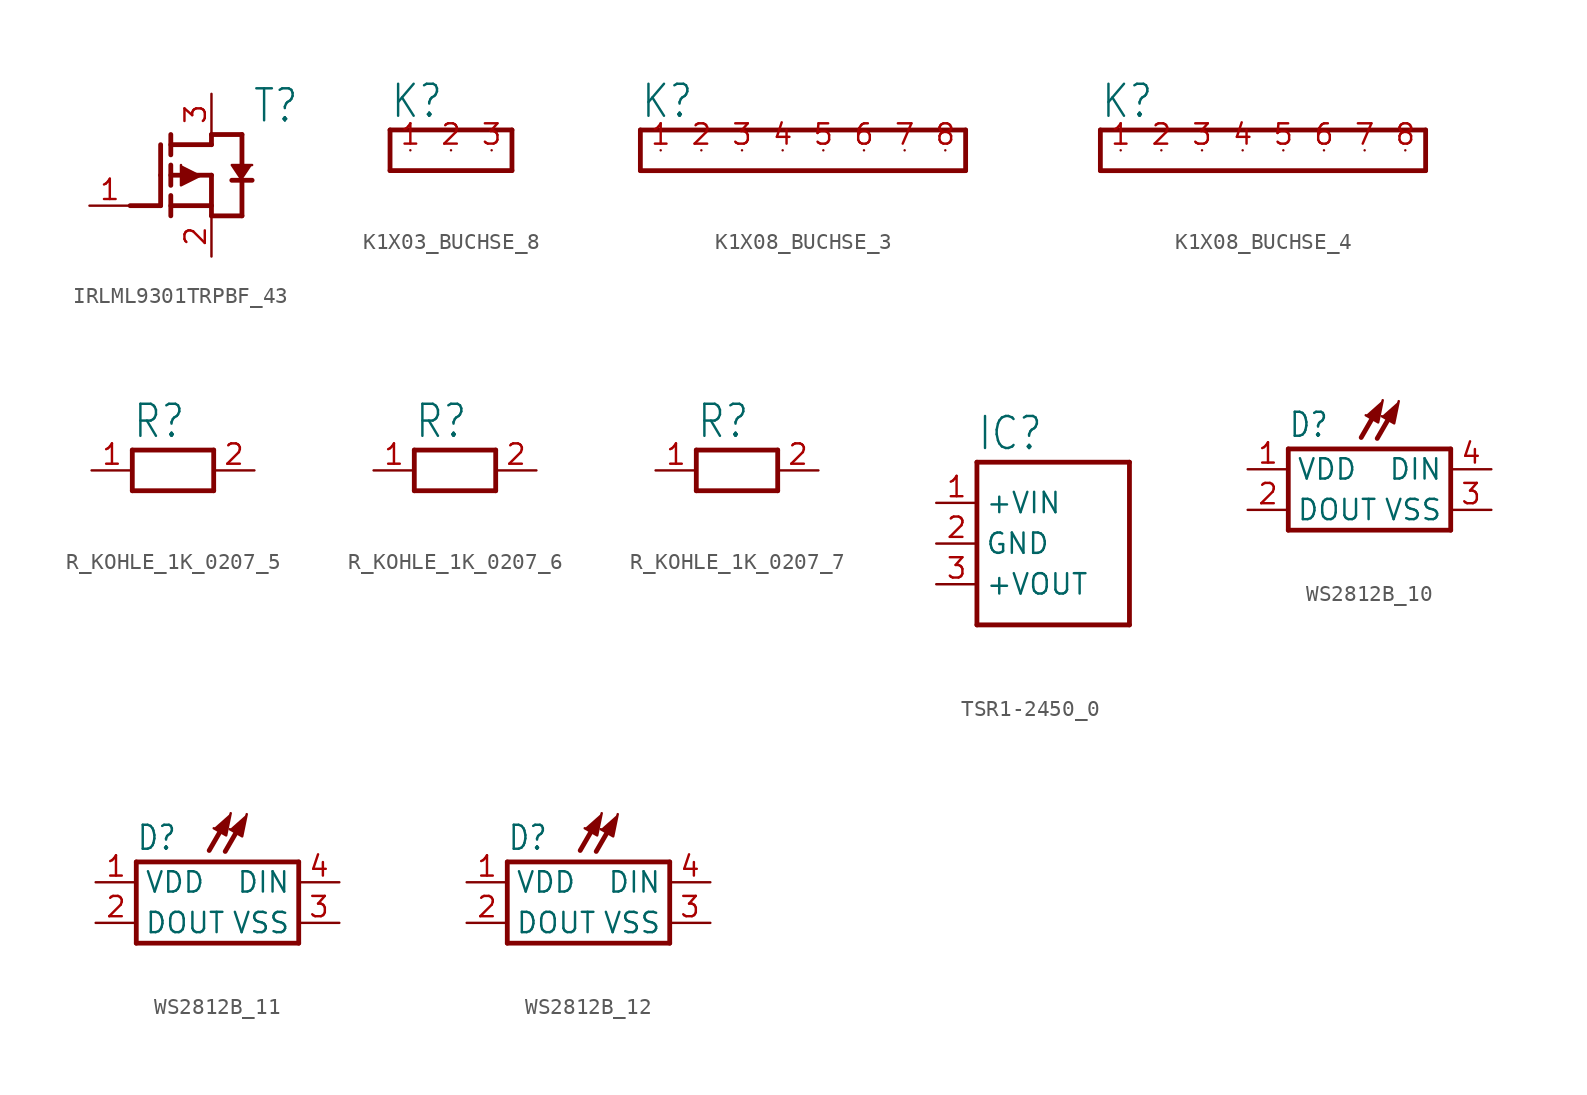
<source format=kicad_sym>
(kicad_symbol_lib
  (version 20220914)
  (generator kicad_symbol_editor)
  (symbol "IRLML9301TRPBF_43"
    (property "Reference" "T"
      (at 5.08 3.175 0)
      (effects (font (size 2 1.7)) (justify left bottom)))
    (property "Value" ""
      (at 5.08 -3.81 0)
      (effects (font (size 2 1.7)) (justify left bottom)))
    (property "ki_locked" ""
      (at 0 0 0)
      (effects (font (size 1.27 1.27))))
    (symbol "IRLML9301TRPBF_43_1_0"
      (polyline (pts (xy -2.54 -1.905) (xy -0.635 -1.905)) (stroke (width 0.3) (type solid)) (fill (type none)))
      (polyline (pts (xy -0.635 -1.905) (xy -0.635 0)) (stroke (width 0.3) (type solid)) (fill (type none)))
      (polyline (pts (xy -0.635 0) (xy -0.635 1.905)) (stroke (width 0.3) (type solid)) (fill (type none)))
      (polyline (pts (xy 0 -1.905) (xy 2.54 -1.905)) (stroke (width 0.3) (type solid)) (fill (type none)))
      (polyline (pts (xy 0 -1.27) (xy 0 -2.54)) (stroke (width 0.3) (type solid)) (fill (type none)))
      (polyline (pts (xy 0 0) (xy 2.54 0)) (stroke (width 0.3) (type solid)) (fill (type none)))
      (polyline (pts (xy 0 0.635) (xy 0 -0.635)) (stroke (width 0.3) (type solid)) (fill (type none)))
      (polyline (pts (xy 0 1.905) (xy 2.54 1.905)) (stroke (width 0.3) (type solid)) (fill (type none)))
      (polyline (pts (xy 0 2.54) (xy 0 1.27)) (stroke (width 0.3) (type solid)) (fill (type none)))
      (polyline (pts (xy 2.54 -2.54) (xy 4.445 -2.54)) (stroke (width 0.3) (type solid)) (fill (type none)))
      (polyline (pts (xy 2.54 0) (xy 2.54 -2.54)) (stroke (width 0.3) (type solid)) (fill (type none)))
      (polyline (pts (xy 2.54 1.905) (xy 2.54 2.54)) (stroke (width 0.3) (type solid)) (fill (type none)))
      (polyline (pts (xy 2.54 2.54) (xy 4.445 2.54)) (stroke (width 0.3) (type solid)) (fill (type none)))
      (polyline (pts (xy 3.81 -0.318) (xy 5.08 -0.318)) (stroke (width 0.3) (type solid)) (fill (type none)))
      (polyline (pts (xy 4.445 -2.54) (xy 4.445 -0.318)) (stroke (width 0.3) (type solid)) (fill (type none)))
      (polyline (pts (xy 4.445 2.54) (xy 4.445 0.318)) (stroke (width 0.3) (type solid)) (fill (type none)))
      (polyline (pts (xy 0.635 0.635) (xy 0.635 -0.635) (xy 1.905 0)) (stroke (width 0) (type solid)) (fill (type outline)))
      (polyline (pts (xy 5.08 0.635) (xy 3.81 0.635) (xy 4.445 -0.318)) (stroke (width 0) (type solid)) (fill (type outline)))
      (pin passive line (at -5.08 -1.905 0) (length 2.54) (name "1" (effects (font (size 0 0)))) (number "1" (effects (font (size 1.27 1.27)))))
      (pin passive line (at 2.54 -5.08 90) (length 2.54) (name "2" (effects (font (size 0 0)))) (number "2" (effects (font (size 1.27 1.27)))))
      (pin passive line (at 2.54 5.08 270) (length 2.54) (name "3" (effects (font (size 0 0)))) (number "3" (effects (font (size 1.27 1.27)))))))
  (symbol "K1X03_BUCHSE_8"
    (property "Reference" "K"
      (at -3.81 1.905 0)
      (effects (font (size 2 1.7)) (justify left bottom)))
    (property "Value" ""
      (at -3.81 -3.81 0)
      (effects (font (size 2 1.7)) (justify left bottom)))
    (property "ki_locked" ""
      (at 0 0 0)
      (effects (font (size 1.27 1.27))))
    (symbol "K1X03_BUCHSE_8_1_0"
      (polyline (pts (xy -3.81 1.27) (xy -3.81 -1.27)) (stroke (width 0.3) (type solid)) (fill (type none)))
      (polyline (pts (xy -3.81 1.27) (xy 3.81 1.27)) (stroke (width 0.3) (type solid)) (fill (type none)))
      (polyline (pts (xy 3.81 -1.27) (xy -3.81 -1.27)) (stroke (width 0.3) (type solid)) (fill (type none)))
      (polyline (pts (xy 3.81 -1.27) (xy 3.81 1.27)) (stroke (width 0.3) (type solid)) (fill (type none)))
      (pin passive line (at -2.54 0 0) (length 0) (name "1" (effects (font (size 0 0)))) (number "1" (effects (font (size 1.27 1.27)))))
      (pin passive line (at 0 0 0) (length 0) (name "2" (effects (font (size 0 0)))) (number "2" (effects (font (size 1.27 1.27)))))
      (pin passive line (at 2.54 0 0) (length 0) (name "3" (effects (font (size 0 0)))) (number "3" (effects (font (size 1.27 1.27)))))))
  (symbol "K1X08_BUCHSE_3"
    (property "Reference" "K"
      (at -10.16 1.905 0)
      (effects (font (size 2 1.7)) (justify left bottom)))
    (property "Value" ""
      (at -10.16 -3.81 0)
      (effects (font (size 2 1.7)) (justify left bottom)))
    (property "ki_locked" ""
      (at 0 0 0)
      (effects (font (size 1.27 1.27))))
    (symbol "K1X08_BUCHSE_3_1_0"
      (polyline (pts (xy -10.16 1.27) (xy -10.16 -1.27)) (stroke (width 0.3) (type solid)) (fill (type none)))
      (polyline (pts (xy -10.16 1.27) (xy 10.16 1.27)) (stroke (width 0.3) (type solid)) (fill (type none)))
      (polyline (pts (xy 10.16 -1.27) (xy -10.16 -1.27)) (stroke (width 0.3) (type solid)) (fill (type none)))
      (polyline (pts (xy 10.16 -1.27) (xy 10.16 1.27)) (stroke (width 0.3) (type solid)) (fill (type none)))
      (pin passive line (at -8.89 0 0) (length 0) (name "1" (effects (font (size 0 0)))) (number "1" (effects (font (size 1.27 1.27)))))
      (pin passive line (at -6.35 0 0) (length 0) (name "2" (effects (font (size 0 0)))) (number "2" (effects (font (size 1.27 1.27)))))
      (pin passive line (at -3.81 0 0) (length 0) (name "3" (effects (font (size 0 0)))) (number "3" (effects (font (size 1.27 1.27)))))
      (pin passive line (at -1.27 0 0) (length 0) (name "4" (effects (font (size 0 0)))) (number "4" (effects (font (size 1.27 1.27)))))
      (pin passive line (at 1.27 0 0) (length 0) (name "5" (effects (font (size 0 0)))) (number "5" (effects (font (size 1.27 1.27)))))
      (pin passive line (at 3.81 0 0) (length 0) (name "6" (effects (font (size 0 0)))) (number "6" (effects (font (size 1.27 1.27)))))
      (pin passive line (at 6.35 0 0) (length 0) (name "7" (effects (font (size 0 0)))) (number "7" (effects (font (size 1.27 1.27)))))
      (pin passive line (at 8.89 0 0) (length 0) (name "8" (effects (font (size 0 0)))) (number "8" (effects (font (size 1.27 1.27)))))))
  (symbol "K1X08_BUCHSE_4"
    (property "Reference" "K"
      (at -10.16 1.905 0)
      (effects (font (size 2 1.7)) (justify left bottom)))
    (property "Value" ""
      (at -10.16 -3.81 0)
      (effects (font (size 2 1.7)) (justify left bottom)))
    (property "ki_locked" ""
      (at 0 0 0)
      (effects (font (size 1.27 1.27))))
    (symbol "K1X08_BUCHSE_4_1_0"
      (polyline (pts (xy -10.16 1.27) (xy -10.16 -1.27)) (stroke (width 0.3) (type solid)) (fill (type none)))
      (polyline (pts (xy -10.16 1.27) (xy 10.16 1.27)) (stroke (width 0.3) (type solid)) (fill (type none)))
      (polyline (pts (xy 10.16 -1.27) (xy -10.16 -1.27)) (stroke (width 0.3) (type solid)) (fill (type none)))
      (polyline (pts (xy 10.16 -1.27) (xy 10.16 1.27)) (stroke (width 0.3) (type solid)) (fill (type none)))
      (pin passive line (at -8.89 0 0) (length 0) (name "1" (effects (font (size 0 0)))) (number "1" (effects (font (size 1.27 1.27)))))
      (pin passive line (at -6.35 0 0) (length 0) (name "2" (effects (font (size 0 0)))) (number "2" (effects (font (size 1.27 1.27)))))
      (pin passive line (at -3.81 0 0) (length 0) (name "3" (effects (font (size 0 0)))) (number "3" (effects (font (size 1.27 1.27)))))
      (pin passive line (at -1.27 0 0) (length 0) (name "4" (effects (font (size 0 0)))) (number "4" (effects (font (size 1.27 1.27)))))
      (pin passive line (at 1.27 0 0) (length 0) (name "5" (effects (font (size 0 0)))) (number "5" (effects (font (size 1.27 1.27)))))
      (pin passive line (at 3.81 0 0) (length 0) (name "6" (effects (font (size 0 0)))) (number "6" (effects (font (size 1.27 1.27)))))
      (pin passive line (at 6.35 0 0) (length 0) (name "7" (effects (font (size 0 0)))) (number "7" (effects (font (size 1.27 1.27)))))
      (pin passive line (at 8.89 0 0) (length 0) (name "8" (effects (font (size 0 0)))) (number "8" (effects (font (size 1.27 1.27)))))))
  (symbol "R_KOHLE_1K_0207_5"
    (property "Reference" "R"
      (at -2.54 1.905 0)
      (effects (font (size 2 1.7)) (justify left bottom)))
    (property "Value" ""
      (at -2.54 -3.81 0)
      (effects (font (size 2 1.7)) (justify left bottom)))
    (property "ki_locked" ""
      (at 0 0 0)
      (effects (font (size 1.27 1.27))))
    (symbol "R_KOHLE_1K_0207_5_1_0"
      (polyline (pts (xy -2.54 -1.27) (xy 2.54 -1.27)) (stroke (width 0.3) (type solid)) (fill (type none)))
      (polyline (pts (xy -2.54 1.27) (xy -2.54 -1.27)) (stroke (width 0.3) (type solid)) (fill (type none)))
      (polyline (pts (xy 2.54 -1.27) (xy 2.54 1.27)) (stroke (width 0.3) (type solid)) (fill (type none)))
      (polyline (pts (xy 2.54 1.27) (xy -2.54 1.27)) (stroke (width 0.3) (type solid)) (fill (type none)))
      (pin passive line (at -5.08 0 0) (length 2.54) (name "1" (effects (font (size 0 0)))) (number "1" (effects (font (size 1.27 1.27)))))
      (pin passive line (at 5.08 0 180) (length 2.54) (name "2" (effects (font (size 0 0)))) (number "2" (effects (font (size 1.27 1.27)))))))
  (symbol "R_KOHLE_1K_0207_6"
    (property "Reference" "R"
      (at -2.54 1.905 0)
      (effects (font (size 2 1.7)) (justify left bottom)))
    (property "Value" ""
      (at -2.54 -3.81 0)
      (effects (font (size 2 1.7)) (justify left bottom)))
    (property "ki_locked" ""
      (at 0 0 0)
      (effects (font (size 1.27 1.27))))
    (symbol "R_KOHLE_1K_0207_6_1_0"
      (polyline (pts (xy -2.54 -1.27) (xy 2.54 -1.27)) (stroke (width 0.3) (type solid)) (fill (type none)))
      (polyline (pts (xy -2.54 1.27) (xy -2.54 -1.27)) (stroke (width 0.3) (type solid)) (fill (type none)))
      (polyline (pts (xy 2.54 -1.27) (xy 2.54 1.27)) (stroke (width 0.3) (type solid)) (fill (type none)))
      (polyline (pts (xy 2.54 1.27) (xy -2.54 1.27)) (stroke (width 0.3) (type solid)) (fill (type none)))
      (pin passive line (at -5.08 0 0) (length 2.54) (name "1" (effects (font (size 0 0)))) (number "1" (effects (font (size 1.27 1.27)))))
      (pin passive line (at 5.08 0 180) (length 2.54) (name "2" (effects (font (size 0 0)))) (number "2" (effects (font (size 1.27 1.27)))))))
  (symbol "R_KOHLE_1K_0207_7"
    (property "Reference" "R"
      (at -2.54 1.905 0)
      (effects (font (size 2 1.7)) (justify left bottom)))
    (property "Value" ""
      (at -2.54 -3.81 0)
      (effects (font (size 2 1.7)) (justify left bottom)))
    (property "ki_locked" ""
      (at 0 0 0)
      (effects (font (size 1.27 1.27))))
    (symbol "R_KOHLE_1K_0207_7_1_0"
      (polyline (pts (xy -2.54 -1.27) (xy 2.54 -1.27)) (stroke (width 0.3) (type solid)) (fill (type none)))
      (polyline (pts (xy -2.54 1.27) (xy -2.54 -1.27)) (stroke (width 0.3) (type solid)) (fill (type none)))
      (polyline (pts (xy 2.54 -1.27) (xy 2.54 1.27)) (stroke (width 0.3) (type solid)) (fill (type none)))
      (polyline (pts (xy 2.54 1.27) (xy -2.54 1.27)) (stroke (width 0.3) (type solid)) (fill (type none)))
      (pin passive line (at -5.08 0 0) (length 2.54) (name "1" (effects (font (size 0 0)))) (number "1" (effects (font (size 1.27 1.27)))))
      (pin passive line (at 5.08 0 180) (length 2.54) (name "2" (effects (font (size 0 0)))) (number "2" (effects (font (size 1.27 1.27)))))))
  (symbol "TSR1-2450_0"
    (property "Reference" "IC"
      (at 0 10.795 0)
      (effects (font (size 2 1.7)) (justify left bottom)))
    (property "Value" ""
      (at 0 -2.54 0)
      (effects (font (size 2 1.7)) (justify left bottom)))
    (property "ki_locked" ""
      (at 0 0 0)
      (effects (font (size 1.27 1.27))))
    (symbol "TSR1-2450_0_1_0"
      (polyline (pts (xy 0 0) (xy 0 10.16)) (stroke (width 0.3) (type solid)) (fill (type none)))
      (polyline (pts (xy 0 10.16) (xy 9.525 10.16)) (stroke (width 0.3) (type solid)) (fill (type none)))
      (polyline (pts (xy 9.525 0) (xy 0 0)) (stroke (width 0.3) (type solid)) (fill (type none)))
      (polyline (pts (xy 9.525 10.16) (xy 9.525 0)) (stroke (width 0.3) (type solid)) (fill (type none)))
      (pin power_in line (at -2.54 7.62 0) (length 2.54) (name "+VIN" (effects (font (size 1.27 1.27)))) (number "1" (effects (font (size 1.27 1.27)))))
      (pin power_in line (at -2.54 5.08 0) (length 2.54) (name "GND" (effects (font (size 1.27 1.27)))) (number "2" (effects (font (size 1.27 1.27)))))
      (pin power_in line (at -2.54 2.54 0) (length 2.54) (name "+VOUT" (effects (font (size 1.27 1.27)))) (number "3" (effects (font (size 1.27 1.27)))))))
  (symbol "WS2812B_10"
    (property "Reference" "D"
      (at -5.08 3.175 0)
      (effects (font (size 1.5 1.275)) (justify left bottom)))
    (property "Value" ""
      (at -5.08 -4.445 0)
      (effects (font (size 1.5 1.275)) (justify left bottom)))
    (property "ki_locked" ""
      (at 0 0 0)
      (effects (font (size 1.27 1.27))))
    (symbol "WS2812B_10_1_0"
      (polyline (pts (xy -5.08 2.54) (xy -5.08 -2.54)) (stroke (width 0.3) (type solid)) (fill (type none)))
      (polyline (pts (xy -0.52 3.257) (xy 0.378 4.812)) (stroke (width 0.3) (type solid)) (fill (type none)))
      (polyline (pts (xy 0.482 3.197) (xy 1.38 4.752)) (stroke (width 0.3) (type solid)) (fill (type none)))
      (polyline (pts (xy 5.08 -2.54) (xy -5.08 -2.54)) (stroke (width 0.3) (type solid)) (fill (type none)))
      (polyline (pts (xy 5.08 -2.54) (xy 5.08 2.54)) (stroke (width 0.3) (type solid)) (fill (type none)))
      (polyline (pts (xy 5.08 2.54) (xy -5.08 2.54)) (stroke (width 0.3) (type solid)) (fill (type none)))
      (polyline (pts (xy 0.827 5.59) (xy 0.542 4.199) (xy -0.236 4.648)) (stroke (width 0) (type solid)) (fill (type outline)))
      (polyline (pts (xy 1.829 5.53) (xy 1.544 4.139) (xy 0.766 4.588)) (stroke (width 0) (type solid)) (fill (type outline)))
      (pin passive line (at -7.62 1.27 0) (length 2.54) (name "VDD" (effects (font (size 1.27 1.27)))) (number "1" (effects (font (size 1.27 1.27)))))
      (pin passive line (at -7.62 -1.27 0) (length 2.54) (name "DOUT" (effects (font (size 1.27 1.27)))) (number "2" (effects (font (size 1.27 1.27)))))
      (pin passive line (at 7.62 -1.27 180) (length 2.54) (name "VSS" (effects (font (size 1.27 1.27)))) (number "3" (effects (font (size 1.27 1.27)))))
      (pin passive line (at 7.62 1.27 180) (length 2.54) (name "DIN" (effects (font (size 1.27 1.27)))) (number "4" (effects (font (size 1.27 1.27)))))))
  (symbol "WS2812B_11"
    (property "Reference" "D"
      (at -5.08 3.175 0)
      (effects (font (size 1.5 1.275)) (justify left bottom)))
    (property "Value" ""
      (at -5.08 -4.445 0)
      (effects (font (size 1.5 1.275)) (justify left bottom)))
    (property "ki_locked" ""
      (at 0 0 0)
      (effects (font (size 1.27 1.27))))
    (symbol "WS2812B_11_1_0"
      (polyline (pts (xy -5.08 2.54) (xy -5.08 -2.54)) (stroke (width 0.3) (type solid)) (fill (type none)))
      (polyline (pts (xy -0.52 3.257) (xy 0.378 4.812)) (stroke (width 0.3) (type solid)) (fill (type none)))
      (polyline (pts (xy 0.482 3.197) (xy 1.38 4.752)) (stroke (width 0.3) (type solid)) (fill (type none)))
      (polyline (pts (xy 5.08 -2.54) (xy -5.08 -2.54)) (stroke (width 0.3) (type solid)) (fill (type none)))
      (polyline (pts (xy 5.08 -2.54) (xy 5.08 2.54)) (stroke (width 0.3) (type solid)) (fill (type none)))
      (polyline (pts (xy 5.08 2.54) (xy -5.08 2.54)) (stroke (width 0.3) (type solid)) (fill (type none)))
      (polyline (pts (xy 0.827 5.59) (xy 0.542 4.199) (xy -0.236 4.648)) (stroke (width 0) (type solid)) (fill (type outline)))
      (polyline (pts (xy 1.829 5.53) (xy 1.544 4.139) (xy 0.766 4.588)) (stroke (width 0) (type solid)) (fill (type outline)))
      (pin passive line (at -7.62 1.27 0) (length 2.54) (name "VDD" (effects (font (size 1.27 1.27)))) (number "1" (effects (font (size 1.27 1.27)))))
      (pin passive line (at -7.62 -1.27 0) (length 2.54) (name "DOUT" (effects (font (size 1.27 1.27)))) (number "2" (effects (font (size 1.27 1.27)))))
      (pin passive line (at 7.62 -1.27 180) (length 2.54) (name "VSS" (effects (font (size 1.27 1.27)))) (number "3" (effects (font (size 1.27 1.27)))))
      (pin passive line (at 7.62 1.27 180) (length 2.54) (name "DIN" (effects (font (size 1.27 1.27)))) (number "4" (effects (font (size 1.27 1.27)))))))
  (symbol "WS2812B_12"
    (property "Reference" "D"
      (at -5.08 3.175 0)
      (effects (font (size 1.5 1.275)) (justify left bottom)))
    (property "Value" ""
      (at -5.08 -4.445 0)
      (effects (font (size 1.5 1.275)) (justify left bottom)))
    (property "ki_locked" ""
      (at 0 0 0)
      (effects (font (size 1.27 1.27))))
    (symbol "WS2812B_12_1_0"
      (polyline (pts (xy -5.08 2.54) (xy -5.08 -2.54)) (stroke (width 0.3) (type solid)) (fill (type none)))
      (polyline (pts (xy -0.52 3.257) (xy 0.378 4.812)) (stroke (width 0.3) (type solid)) (fill (type none)))
      (polyline (pts (xy 0.482 3.197) (xy 1.38 4.752)) (stroke (width 0.3) (type solid)) (fill (type none)))
      (polyline (pts (xy 5.08 -2.54) (xy -5.08 -2.54)) (stroke (width 0.3) (type solid)) (fill (type none)))
      (polyline (pts (xy 5.08 -2.54) (xy 5.08 2.54)) (stroke (width 0.3) (type solid)) (fill (type none)))
      (polyline (pts (xy 5.08 2.54) (xy -5.08 2.54)) (stroke (width 0.3) (type solid)) (fill (type none)))
      (polyline (pts (xy 0.827 5.59) (xy 0.542 4.199) (xy -0.236 4.648)) (stroke (width 0) (type solid)) (fill (type outline)))
      (polyline (pts (xy 1.829 5.53) (xy 1.544 4.139) (xy 0.766 4.588)) (stroke (width 0) (type solid)) (fill (type outline)))
      (pin passive line (at -7.62 1.27 0) (length 2.54) (name "VDD" (effects (font (size 1.27 1.27)))) (number "1" (effects (font (size 1.27 1.27)))))
      (pin passive line (at -7.62 -1.27 0) (length 2.54) (name "DOUT" (effects (font (size 1.27 1.27)))) (number "2" (effects (font (size 1.27 1.27)))))
      (pin passive line (at 7.62 -1.27 180) (length 2.54) (name "VSS" (effects (font (size 1.27 1.27)))) (number "3" (effects (font (size 1.27 1.27)))))
      (pin passive line (at 7.62 1.27 180) (length 2.54) (name "DIN" (effects (font (size 1.27 1.27)))) (number "4" (effects (font (size 1.27 1.27))))))))
</source>
